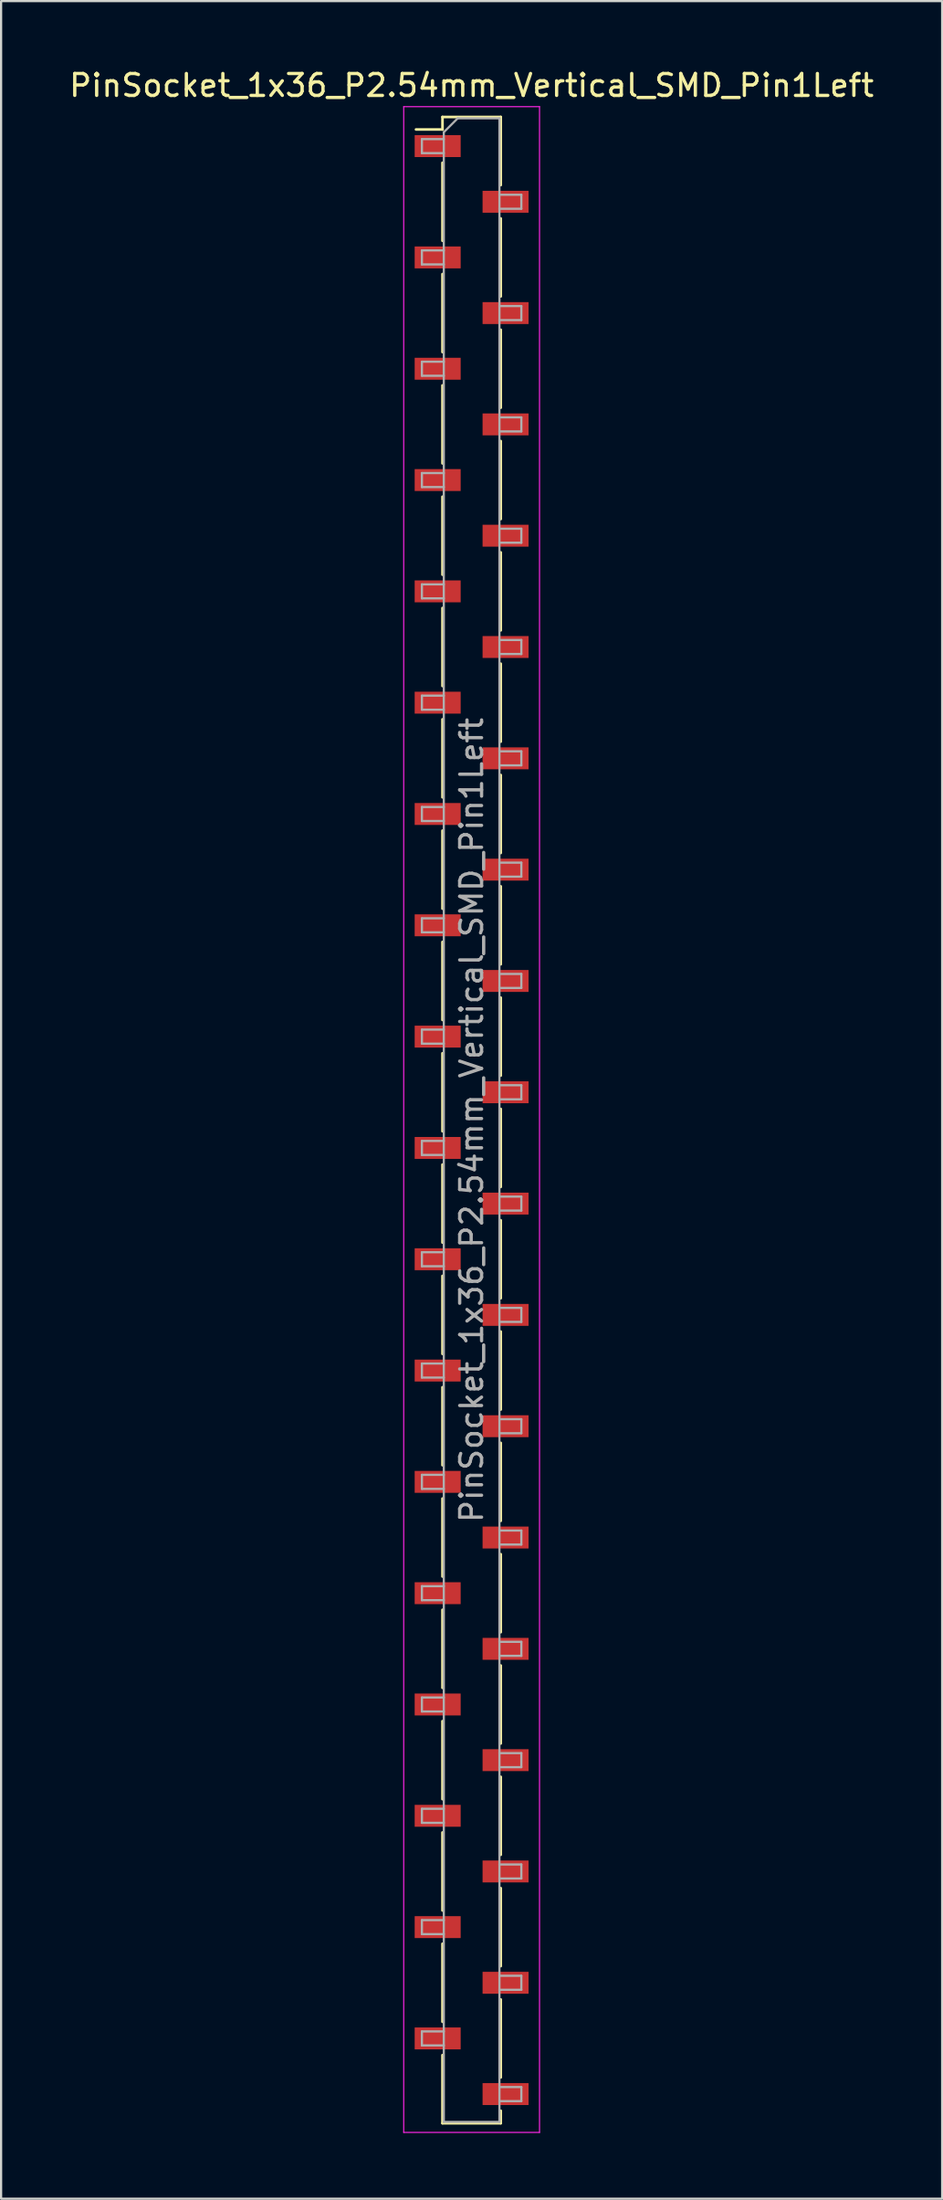
<source format=kicad_pcb>
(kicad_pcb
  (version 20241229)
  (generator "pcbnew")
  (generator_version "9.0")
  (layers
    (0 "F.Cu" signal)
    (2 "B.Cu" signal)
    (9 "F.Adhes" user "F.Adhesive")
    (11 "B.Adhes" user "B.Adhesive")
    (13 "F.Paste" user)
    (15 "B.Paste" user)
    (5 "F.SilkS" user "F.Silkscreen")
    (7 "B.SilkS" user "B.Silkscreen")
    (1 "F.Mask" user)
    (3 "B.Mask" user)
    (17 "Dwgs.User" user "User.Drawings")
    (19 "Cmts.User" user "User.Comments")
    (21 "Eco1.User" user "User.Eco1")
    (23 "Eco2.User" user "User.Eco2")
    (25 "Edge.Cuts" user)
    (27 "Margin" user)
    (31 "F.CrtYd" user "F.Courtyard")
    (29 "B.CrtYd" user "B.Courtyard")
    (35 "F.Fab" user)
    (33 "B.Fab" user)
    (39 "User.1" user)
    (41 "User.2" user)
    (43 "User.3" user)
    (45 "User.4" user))
  (footprint "PinSocket_1x36_P2.54mm_Vertical_SMD_Pin1Left"
    (layer "F.Cu")
    (at 18.482 48.068)
    (property "Reference" "PinSocket_1x36_P2.54mm_Vertical_SMD_Pin1Left" (at 0 -47.22 0) (layer "F.SilkS") (effects (font (size 1 1) (thickness 0.15))))
    (attr smd)
    (fp_line (start -2.54 -45.21) (end -1.33 -45.21) (stroke (width 0.12) (type solid)) (layer "F.SilkS"))
    (fp_line (start -1.33 -45.78) (end -1.33 -45.21) (stroke (width 0.12) (type solid)) (layer "F.SilkS"))
    (fp_line (start -1.33 -45.78) (end 1.33 -45.78) (stroke (width 0.12) (type solid)) (layer "F.SilkS"))
    (fp_line (start -1.33 -43.69) (end -1.33 -40.13) (stroke (width 0.12) (type solid)) (layer "F.SilkS"))
    (fp_line (start -1.33 -38.61) (end -1.33 -35.05) (stroke (width 0.12) (type solid)) (layer "F.SilkS"))
    (fp_line (start -1.33 -33.53) (end -1.33 -29.97) (stroke (width 0.12) (type solid)) (layer "F.SilkS"))
    (fp_line (start -1.33 -28.45) (end -1.33 -24.89) (stroke (width 0.12) (type solid)) (layer "F.SilkS"))
    (fp_line (start -1.33 -23.37) (end -1.33 -19.81) (stroke (width 0.12) (type solid)) (layer "F.SilkS"))
    (fp_line (start -1.33 -18.29) (end -1.33 -14.73) (stroke (width 0.12) (type solid)) (layer "F.SilkS"))
    (fp_line (start -1.33 -13.21) (end -1.33 -9.65) (stroke (width 0.12) (type solid)) (layer "F.SilkS"))
    (fp_line (start -1.33 -8.13) (end -1.33 -4.57) (stroke (width 0.12) (type solid)) (layer "F.SilkS"))
    (fp_line (start -1.33 -3.05) (end -1.33 0.51) (stroke (width 0.12) (type solid)) (layer "F.SilkS"))
    (fp_line (start -1.33 2.03) (end -1.33 5.59) (stroke (width 0.12) (type solid)) (layer "F.SilkS"))
    (fp_line (start -1.33 7.11) (end -1.33 10.67) (stroke (width 0.12) (type solid)) (layer "F.SilkS"))
    (fp_line (start -1.33 12.19) (end -1.33 15.75) (stroke (width 0.12) (type solid)) (layer "F.SilkS"))
    (fp_line (start -1.33 17.27) (end -1.33 20.83) (stroke (width 0.12) (type solid)) (layer "F.SilkS"))
    (fp_line (start -1.33 22.35) (end -1.33 25.91) (stroke (width 0.12) (type solid)) (layer "F.SilkS"))
    (fp_line (start -1.33 27.43) (end -1.33 30.99) (stroke (width 0.12) (type solid)) (layer "F.SilkS"))
    (fp_line (start -1.33 32.51) (end -1.33 36.07) (stroke (width 0.12) (type solid)) (layer "F.SilkS"))
    (fp_line (start -1.33 37.59) (end -1.33 41.15) (stroke (width 0.12) (type solid)) (layer "F.SilkS"))
    (fp_line (start -1.33 42.67) (end -1.33 45.78) (stroke (width 0.12) (type solid)) (layer "F.SilkS"))
    (fp_line (start -1.33 45.78) (end 1.33 45.78) (stroke (width 0.12) (type solid)) (layer "F.SilkS"))
    (fp_line (start 1.33 -45.78) (end 1.33 -42.67) (stroke (width 0.12) (type solid)) (layer "F.SilkS"))
    (fp_line (start 1.33 -41.15) (end 1.33 -37.59) (stroke (width 0.12) (type solid)) (layer "F.SilkS"))
    (fp_line (start 1.33 -36.07) (end 1.33 -32.51) (stroke (width 0.12) (type solid)) (layer "F.SilkS"))
    (fp_line (start 1.33 -30.99) (end 1.33 -27.43) (stroke (width 0.12) (type solid)) (layer "F.SilkS"))
    (fp_line (start 1.33 -25.91) (end 1.33 -22.35) (stroke (width 0.12) (type solid)) (layer "F.SilkS"))
    (fp_line (start 1.33 -20.83) (end 1.33 -17.27) (stroke (width 0.12) (type solid)) (layer "F.SilkS"))
    (fp_line (start 1.33 -15.75) (end 1.33 -12.19) (stroke (width 0.12) (type solid)) (layer "F.SilkS"))
    (fp_line (start 1.33 -10.67) (end 1.33 -7.11) (stroke (width 0.12) (type solid)) (layer "F.SilkS"))
    (fp_line (start 1.33 -5.59) (end 1.33 -2.03) (stroke (width 0.12) (type solid)) (layer "F.SilkS"))
    (fp_line (start 1.33 -0.51) (end 1.33 3.05) (stroke (width 0.12) (type solid)) (layer "F.SilkS"))
    (fp_line (start 1.33 4.57) (end 1.33 8.13) (stroke (width 0.12) (type solid)) (layer "F.SilkS"))
    (fp_line (start 1.33 9.65) (end 1.33 13.21) (stroke (width 0.12) (type solid)) (layer "F.SilkS"))
    (fp_line (start 1.33 14.73) (end 1.33 18.29) (stroke (width 0.12) (type solid)) (layer "F.SilkS"))
    (fp_line (start 1.33 19.81) (end 1.33 23.37) (stroke (width 0.12) (type solid)) (layer "F.SilkS"))
    (fp_line (start 1.33 24.89) (end 1.33 28.45) (stroke (width 0.12) (type solid)) (layer "F.SilkS"))
    (fp_line (start 1.33 29.97) (end 1.33 33.53) (stroke (width 0.12) (type solid)) (layer "F.SilkS"))
    (fp_line (start 1.33 35.05) (end 1.33 38.61) (stroke (width 0.12) (type solid)) (layer "F.SilkS"))
    (fp_line (start 1.33 40.13) (end 1.33 43.69) (stroke (width 0.12) (type solid)) (layer "F.SilkS"))
    (fp_line (start 1.33 45.21) (end 1.33 45.78) (stroke (width 0.12) (type solid)) (layer "F.SilkS"))
    (fp_line (start -3.1 -46.25) (end 3.1 -46.25) (stroke (width 0.05) (type solid)) (layer "F.CrtYd"))
    (fp_line (start -3.1 46.2) (end -3.1 -46.25) (stroke (width 0.05) (type solid)) (layer "F.CrtYd"))
    (fp_line (start 3.1 -46.25) (end 3.1 46.2) (stroke (width 0.05) (type solid)) (layer "F.CrtYd"))
    (fp_line (start 3.1 46.2) (end -3.1 46.2) (stroke (width 0.05) (type solid)) (layer "F.CrtYd"))
    (fp_line (start -2.27 -44.77) (end -1.27 -44.77) (stroke (width 0.1) (type solid)) (layer "F.Fab"))
    (fp_line (start -2.27 -44.13) (end -2.27 -44.77) (stroke (width 0.1) (type solid)) (layer "F.Fab"))
    (fp_line (start -2.27 -39.69) (end -1.27 -39.69) (stroke (width 0.1) (type solid)) (layer "F.Fab"))
    (fp_line (start -2.27 -39.05) (end -2.27 -39.69) (stroke (width 0.1) (type solid)) (layer "F.Fab"))
    (fp_line (start -2.27 -34.61) (end -1.27 -34.61) (stroke (width 0.1) (type solid)) (layer "F.Fab"))
    (fp_line (start -2.27 -33.97) (end -2.27 -34.61) (stroke (width 0.1) (type solid)) (layer "F.Fab"))
    (fp_line (start -2.27 -29.53) (end -1.27 -29.53) (stroke (width 0.1) (type solid)) (layer "F.Fab"))
    (fp_line (start -2.27 -28.89) (end -2.27 -29.53) (stroke (width 0.1) (type solid)) (layer "F.Fab"))
    (fp_line (start -2.27 -24.45) (end -1.27 -24.45) (stroke (width 0.1) (type solid)) (layer "F.Fab"))
    (fp_line (start -2.27 -23.81) (end -2.27 -24.45) (stroke (width 0.1) (type solid)) (layer "F.Fab"))
    (fp_line (start -2.27 -19.37) (end -1.27 -19.37) (stroke (width 0.1) (type solid)) (layer "F.Fab"))
    (fp_line (start -2.27 -18.73) (end -2.27 -19.37) (stroke (width 0.1) (type solid)) (layer "F.Fab"))
    (fp_line (start -2.27 -14.29) (end -1.27 -14.29) (stroke (width 0.1) (type solid)) (layer "F.Fab"))
    (fp_line (start -2.27 -13.65) (end -2.27 -14.29) (stroke (width 0.1) (type solid)) (layer "F.Fab"))
    (fp_line (start -2.27 -9.21) (end -1.27 -9.21) (stroke (width 0.1) (type solid)) (layer "F.Fab"))
    (fp_line (start -2.27 -8.57) (end -2.27 -9.21) (stroke (width 0.1) (type solid)) (layer "F.Fab"))
    (fp_line (start -2.27 -4.13) (end -1.27 -4.13) (stroke (width 0.1) (type solid)) (layer "F.Fab"))
    (fp_line (start -2.27 -3.49) (end -2.27 -4.13) (stroke (width 0.1) (type solid)) (layer "F.Fab"))
    (fp_line (start -2.27 0.95) (end -1.27 0.95) (stroke (width 0.1) (type solid)) (layer "F.Fab"))
    (fp_line (start -2.27 1.59) (end -2.27 0.95) (stroke (width 0.1) (type solid)) (layer "F.Fab"))
    (fp_line (start -2.27 6.03) (end -1.27 6.03) (stroke (width 0.1) (type solid)) (layer "F.Fab"))
    (fp_line (start -2.27 6.67) (end -2.27 6.03) (stroke (width 0.1) (type solid)) (layer "F.Fab"))
    (fp_line (start -2.27 11.11) (end -1.27 11.11) (stroke (width 0.1) (type solid)) (layer "F.Fab"))
    (fp_line (start -2.27 11.75) (end -2.27 11.11) (stroke (width 0.1) (type solid)) (layer "F.Fab"))
    (fp_line (start -2.27 16.19) (end -1.27 16.19) (stroke (width 0.1) (type solid)) (layer "F.Fab"))
    (fp_line (start -2.27 16.83) (end -2.27 16.19) (stroke (width 0.1) (type solid)) (layer "F.Fab"))
    (fp_line (start -2.27 21.27) (end -1.27 21.27) (stroke (width 0.1) (type solid)) (layer "F.Fab"))
    (fp_line (start -2.27 21.91) (end -2.27 21.27) (stroke (width 0.1) (type solid)) (layer "F.Fab"))
    (fp_line (start -2.27 26.35) (end -1.27 26.35) (stroke (width 0.1) (type solid)) (layer "F.Fab"))
    (fp_line (start -2.27 26.99) (end -2.27 26.35) (stroke (width 0.1) (type solid)) (layer "F.Fab"))
    (fp_line (start -2.27 31.43) (end -1.27 31.43) (stroke (width 0.1) (type solid)) (layer "F.Fab"))
    (fp_line (start -2.27 32.07) (end -2.27 31.43) (stroke (width 0.1) (type solid)) (layer "F.Fab"))
    (fp_line (start -2.27 36.51) (end -1.27 36.51) (stroke (width 0.1) (type solid)) (layer "F.Fab"))
    (fp_line (start -2.27 37.15) (end -2.27 36.51) (stroke (width 0.1) (type solid)) (layer "F.Fab"))
    (fp_line (start -2.27 41.59) (end -1.27 41.59) (stroke (width 0.1) (type solid)) (layer "F.Fab"))
    (fp_line (start -2.27 42.23) (end -2.27 41.59) (stroke (width 0.1) (type solid)) (layer "F.Fab"))
    (fp_line (start -1.27 -45.085) (end -0.635 -45.72) (stroke (width 0.1) (type solid)) (layer "F.Fab"))
    (fp_line (start -1.27 -44.13) (end -2.27 -44.13) (stroke (width 0.1) (type solid)) (layer "F.Fab"))
    (fp_line (start -1.27 -39.05) (end -2.27 -39.05) (stroke (width 0.1) (type solid)) (layer "F.Fab"))
    (fp_line (start -1.27 -33.97) (end -2.27 -33.97) (stroke (width 0.1) (type solid)) (layer "F.Fab"))
    (fp_line (start -1.27 -28.89) (end -2.27 -28.89) (stroke (width 0.1) (type solid)) (layer "F.Fab"))
    (fp_line (start -1.27 -23.81) (end -2.27 -23.81) (stroke (width 0.1) (type solid)) (layer "F.Fab"))
    (fp_line (start -1.27 -18.73) (end -2.27 -18.73) (stroke (width 0.1) (type solid)) (layer "F.Fab"))
    (fp_line (start -1.27 -13.65) (end -2.27 -13.65) (stroke (width 0.1) (type solid)) (layer "F.Fab"))
    (fp_line (start -1.27 -8.57) (end -2.27 -8.57) (stroke (width 0.1) (type solid)) (layer "F.Fab"))
    (fp_line (start -1.27 -3.49) (end -2.27 -3.49) (stroke (width 0.1) (type solid)) (layer "F.Fab"))
    (fp_line (start -1.27 1.59) (end -2.27 1.59) (stroke (width 0.1) (type solid)) (layer "F.Fab"))
    (fp_line (start -1.27 6.67) (end -2.27 6.67) (stroke (width 0.1) (type solid)) (layer "F.Fab"))
    (fp_line (start -1.27 11.75) (end -2.27 11.75) (stroke (width 0.1) (type solid)) (layer "F.Fab"))
    (fp_line (start -1.27 16.83) (end -2.27 16.83) (stroke (width 0.1) (type solid)) (layer "F.Fab"))
    (fp_line (start -1.27 21.91) (end -2.27 21.91) (stroke (width 0.1) (type solid)) (layer "F.Fab"))
    (fp_line (start -1.27 26.99) (end -2.27 26.99) (stroke (width 0.1) (type solid)) (layer "F.Fab"))
    (fp_line (start -1.27 32.07) (end -2.27 32.07) (stroke (width 0.1) (type solid)) (layer "F.Fab"))
    (fp_line (start -1.27 37.15) (end -2.27 37.15) (stroke (width 0.1) (type solid)) (layer "F.Fab"))
    (fp_line (start -1.27 42.23) (end -2.27 42.23) (stroke (width 0.1) (type solid)) (layer "F.Fab"))
    (fp_line (start -1.27 45.72) (end -1.27 -45.085) (stroke (width 0.1) (type solid)) (layer "F.Fab"))
    (fp_line (start -0.635 -45.72) (end 1.27 -45.72) (stroke (width 0.1) (type solid)) (layer "F.Fab"))
    (fp_line (start 1.27 -45.72) (end 1.27 45.72) (stroke (width 0.1) (type solid)) (layer "F.Fab"))
    (fp_line (start 1.27 -42.23) (end 2.27 -42.23) (stroke (width 0.1) (type solid)) (layer "F.Fab"))
    (fp_line (start 1.27 -37.15) (end 2.27 -37.15) (stroke (width 0.1) (type solid)) (layer "F.Fab"))
    (fp_line (start 1.27 -32.07) (end 2.27 -32.07) (stroke (width 0.1) (type solid)) (layer "F.Fab"))
    (fp_line (start 1.27 -26.99) (end 2.27 -26.99) (stroke (width 0.1) (type solid)) (layer "F.Fab"))
    (fp_line (start 1.27 -21.91) (end 2.27 -21.91) (stroke (width 0.1) (type solid)) (layer "F.Fab"))
    (fp_line (start 1.27 -16.83) (end 2.27 -16.83) (stroke (width 0.1) (type solid)) (layer "F.Fab"))
    (fp_line (start 1.27 -11.75) (end 2.27 -11.75) (stroke (width 0.1) (type solid)) (layer "F.Fab"))
    (fp_line (start 1.27 -6.67) (end 2.27 -6.67) (stroke (width 0.1) (type solid)) (layer "F.Fab"))
    (fp_line (start 1.27 -1.59) (end 2.27 -1.59) (stroke (width 0.1) (type solid)) (layer "F.Fab"))
    (fp_line (start 1.27 3.49) (end 2.27 3.49) (stroke (width 0.1) (type solid)) (layer "F.Fab"))
    (fp_line (start 1.27 8.57) (end 2.27 8.57) (stroke (width 0.1) (type solid)) (layer "F.Fab"))
    (fp_line (start 1.27 13.65) (end 2.27 13.65) (stroke (width 0.1) (type solid)) (layer "F.Fab"))
    (fp_line (start 1.27 18.73) (end 2.27 18.73) (stroke (width 0.1) (type solid)) (layer "F.Fab"))
    (fp_line (start 1.27 23.81) (end 2.27 23.81) (stroke (width 0.1) (type solid)) (layer "F.Fab"))
    (fp_line (start 1.27 28.89) (end 2.27 28.89) (stroke (width 0.1) (type solid)) (layer "F.Fab"))
    (fp_line (start 1.27 33.97) (end 2.27 33.97) (stroke (width 0.1) (type solid)) (layer "F.Fab"))
    (fp_line (start 1.27 39.05) (end 2.27 39.05) (stroke (width 0.1) (type solid)) (layer "F.Fab"))
    (fp_line (start 1.27 44.13) (end 2.27 44.13) (stroke (width 0.1) (type solid)) (layer "F.Fab"))
    (fp_line (start 1.27 45.72) (end -1.27 45.72) (stroke (width 0.1) (type solid)) (layer "F.Fab"))
    (fp_line (start 2.27 -42.23) (end 2.27 -41.59) (stroke (width 0.1) (type solid)) (layer "F.Fab"))
    (fp_line (start 2.27 -41.59) (end 1.27 -41.59) (stroke (width 0.1) (type solid)) (layer "F.Fab"))
    (fp_line (start 2.27 -37.15) (end 2.27 -36.51) (stroke (width 0.1) (type solid)) (layer "F.Fab"))
    (fp_line (start 2.27 -36.51) (end 1.27 -36.51) (stroke (width 0.1) (type solid)) (layer "F.Fab"))
    (fp_line (start 2.27 -32.07) (end 2.27 -31.43) (stroke (width 0.1) (type solid)) (layer "F.Fab"))
    (fp_line (start 2.27 -31.43) (end 1.27 -31.43) (stroke (width 0.1) (type solid)) (layer "F.Fab"))
    (fp_line (start 2.27 -26.99) (end 2.27 -26.35) (stroke (width 0.1) (type solid)) (layer "F.Fab"))
    (fp_line (start 2.27 -26.35) (end 1.27 -26.35) (stroke (width 0.1) (type solid)) (layer "F.Fab"))
    (fp_line (start 2.27 -21.91) (end 2.27 -21.27) (stroke (width 0.1) (type solid)) (layer "F.Fab"))
    (fp_line (start 2.27 -21.27) (end 1.27 -21.27) (stroke (width 0.1) (type solid)) (layer "F.Fab"))
    (fp_line (start 2.27 -16.83) (end 2.27 -16.19) (stroke (width 0.1) (type solid)) (layer "F.Fab"))
    (fp_line (start 2.27 -16.19) (end 1.27 -16.19) (stroke (width 0.1) (type solid)) (layer "F.Fab"))
    (fp_line (start 2.27 -11.75) (end 2.27 -11.11) (stroke (width 0.1) (type solid)) (layer "F.Fab"))
    (fp_line (start 2.27 -11.11) (end 1.27 -11.11) (stroke (width 0.1) (type solid)) (layer "F.Fab"))
    (fp_line (start 2.27 -6.67) (end 2.27 -6.03) (stroke (width 0.1) (type solid)) (layer "F.Fab"))
    (fp_line (start 2.27 -6.03) (end 1.27 -6.03) (stroke (width 0.1) (type solid)) (layer "F.Fab"))
    (fp_line (start 2.27 -1.59) (end 2.27 -0.95) (stroke (width 0.1) (type solid)) (layer "F.Fab"))
    (fp_line (start 2.27 -0.95) (end 1.27 -0.95) (stroke (width 0.1) (type solid)) (layer "F.Fab"))
    (fp_line (start 2.27 3.49) (end 2.27 4.13) (stroke (width 0.1) (type solid)) (layer "F.Fab"))
    (fp_line (start 2.27 4.13) (end 1.27 4.13) (stroke (width 0.1) (type solid)) (layer "F.Fab"))
    (fp_line (start 2.27 8.57) (end 2.27 9.21) (stroke (width 0.1) (type solid)) (layer "F.Fab"))
    (fp_line (start 2.27 9.21) (end 1.27 9.21) (stroke (width 0.1) (type solid)) (layer "F.Fab"))
    (fp_line (start 2.27 13.65) (end 2.27 14.29) (stroke (width 0.1) (type solid)) (layer "F.Fab"))
    (fp_line (start 2.27 14.29) (end 1.27 14.29) (stroke (width 0.1) (type solid)) (layer "F.Fab"))
    (fp_line (start 2.27 18.73) (end 2.27 19.37) (stroke (width 0.1) (type solid)) (layer "F.Fab"))
    (fp_line (start 2.27 19.37) (end 1.27 19.37) (stroke (width 0.1) (type solid)) (layer "F.Fab"))
    (fp_line (start 2.27 23.81) (end 2.27 24.45) (stroke (width 0.1) (type solid)) (layer "F.Fab"))
    (fp_line (start 2.27 24.45) (end 1.27 24.45) (stroke (width 0.1) (type solid)) (layer "F.Fab"))
    (fp_line (start 2.27 28.89) (end 2.27 29.53) (stroke (width 0.1) (type solid)) (layer "F.Fab"))
    (fp_line (start 2.27 29.53) (end 1.27 29.53) (stroke (width 0.1) (type solid)) (layer "F.Fab"))
    (fp_line (start 2.27 33.97) (end 2.27 34.61) (stroke (width 0.1) (type solid)) (layer "F.Fab"))
    (fp_line (start 2.27 34.61) (end 1.27 34.61) (stroke (width 0.1) (type solid)) (layer "F.Fab"))
    (fp_line (start 2.27 39.05) (end 2.27 39.69) (stroke (width 0.1) (type solid)) (layer "F.Fab"))
    (fp_line (start 2.27 39.69) (end 1.27 39.69) (stroke (width 0.1) (type solid)) (layer "F.Fab"))
    (fp_line (start 2.27 44.13) (end 2.27 44.77) (stroke (width 0.1) (type solid)) (layer "F.Fab"))
    (fp_line (start 2.27 44.77) (end 1.27 44.77) (stroke (width 0.1) (type solid)) (layer "F.Fab"))
    (fp_text user "${REFERENCE}" (at 0 0 90) (layer "F.Fab") (effects (font (size 1 1) (thickness 0.15))))
    (pad "1" smd rect (at -1.55 -44.45) (size 2.1 1) (layers "F.Cu" "F.Mask" "F.Paste"))
    (pad "2" smd rect (at 1.55 -41.91) (size 2.1 1) (layers "F.Cu" "F.Mask" "F.Paste"))
    (pad "3" smd rect (at -1.55 -39.37) (size 2.1 1) (layers "F.Cu" "F.Mask" "F.Paste"))
    (pad "4" smd rect (at 1.55 -36.83) (size 2.1 1) (layers "F.Cu" "F.Mask" "F.Paste"))
    (pad "5" smd rect (at -1.55 -34.29) (size 2.1 1) (layers "F.Cu" "F.Mask" "F.Paste"))
    (pad "6" smd rect (at 1.55 -31.75) (size 2.1 1) (layers "F.Cu" "F.Mask" "F.Paste"))
    (pad "7" smd rect (at -1.55 -29.21) (size 2.1 1) (layers "F.Cu" "F.Mask" "F.Paste"))
    (pad "8" smd rect (at 1.55 -26.67) (size 2.1 1) (layers "F.Cu" "F.Mask" "F.Paste"))
    (pad "9" smd rect (at -1.55 -24.13) (size 2.1 1) (layers "F.Cu" "F.Mask" "F.Paste"))
    (pad "10" smd rect (at 1.55 -21.59) (size 2.1 1) (layers "F.Cu" "F.Mask" "F.Paste"))
    (pad "11" smd rect (at -1.55 -19.05) (size 2.1 1) (layers "F.Cu" "F.Mask" "F.Paste"))
    (pad "12" smd rect (at 1.55 -16.51) (size 2.1 1) (layers "F.Cu" "F.Mask" "F.Paste"))
    (pad "13" smd rect (at -1.55 -13.97) (size 2.1 1) (layers "F.Cu" "F.Mask" "F.Paste"))
    (pad "14" smd rect (at 1.55 -11.43) (size 2.1 1) (layers "F.Cu" "F.Mask" "F.Paste"))
    (pad "15" smd rect (at -1.55 -8.89) (size 2.1 1) (layers "F.Cu" "F.Mask" "F.Paste"))
    (pad "16" smd rect (at 1.55 -6.35) (size 2.1 1) (layers "F.Cu" "F.Mask" "F.Paste"))
    (pad "17" smd rect (at -1.55 -3.81) (size 2.1 1) (layers "F.Cu" "F.Mask" "F.Paste"))
    (pad "18" smd rect (at 1.55 -1.27) (size 2.1 1) (layers "F.Cu" "F.Mask" "F.Paste"))
    (pad "19" smd rect (at -1.55 1.27) (size 2.1 1) (layers "F.Cu" "F.Mask" "F.Paste"))
    (pad "20" smd rect (at 1.55 3.81) (size 2.1 1) (layers "F.Cu" "F.Mask" "F.Paste"))
    (pad "21" smd rect (at -1.55 6.35) (size 2.1 1) (layers "F.Cu" "F.Mask" "F.Paste"))
    (pad "22" smd rect (at 1.55 8.89) (size 2.1 1) (layers "F.Cu" "F.Mask" "F.Paste"))
    (pad "23" smd rect (at -1.55 11.43) (size 2.1 1) (layers "F.Cu" "F.Mask" "F.Paste"))
    (pad "24" smd rect (at 1.55 13.97) (size 2.1 1) (layers "F.Cu" "F.Mask" "F.Paste"))
    (pad "25" smd rect (at -1.55 16.51) (size 2.1 1) (layers "F.Cu" "F.Mask" "F.Paste"))
    (pad "26" smd rect (at 1.55 19.05) (size 2.1 1) (layers "F.Cu" "F.Mask" "F.Paste"))
    (pad "27" smd rect (at -1.55 21.59) (size 2.1 1) (layers "F.Cu" "F.Mask" "F.Paste"))
    (pad "28" smd rect (at 1.55 24.13) (size 2.1 1) (layers "F.Cu" "F.Mask" "F.Paste"))
    (pad "29" smd rect (at -1.55 26.67) (size 2.1 1) (layers "F.Cu" "F.Mask" "F.Paste"))
    (pad "30" smd rect (at 1.55 29.21) (size 2.1 1) (layers "F.Cu" "F.Mask" "F.Paste"))
    (pad "31" smd rect (at -1.55 31.75) (size 2.1 1) (layers "F.Cu" "F.Mask" "F.Paste"))
    (pad "32" smd rect (at 1.55 34.29) (size 2.1 1) (layers "F.Cu" "F.Mask" "F.Paste"))
    (pad "33" smd rect (at -1.55 36.83) (size 2.1 1) (layers "F.Cu" "F.Mask" "F.Paste"))
    (pad "34" smd rect (at 1.55 39.37) (size 2.1 1) (layers "F.Cu" "F.Mask" "F.Paste"))
    (pad "35" smd rect (at -1.55 41.91) (size 2.1 1) (layers "F.Cu" "F.Mask" "F.Paste"))
    (pad "36" smd rect (at 1.55 44.45) (size 2.1 1) (layers "F.Cu" "F.Mask" "F.Paste")))
  (gr_rect
    (start -3 -3)
    (end 39.964 97.293)
    (stroke (width 0.1) (type default))
    (fill no)
    (layer "Edge.Cuts")))
</source>
